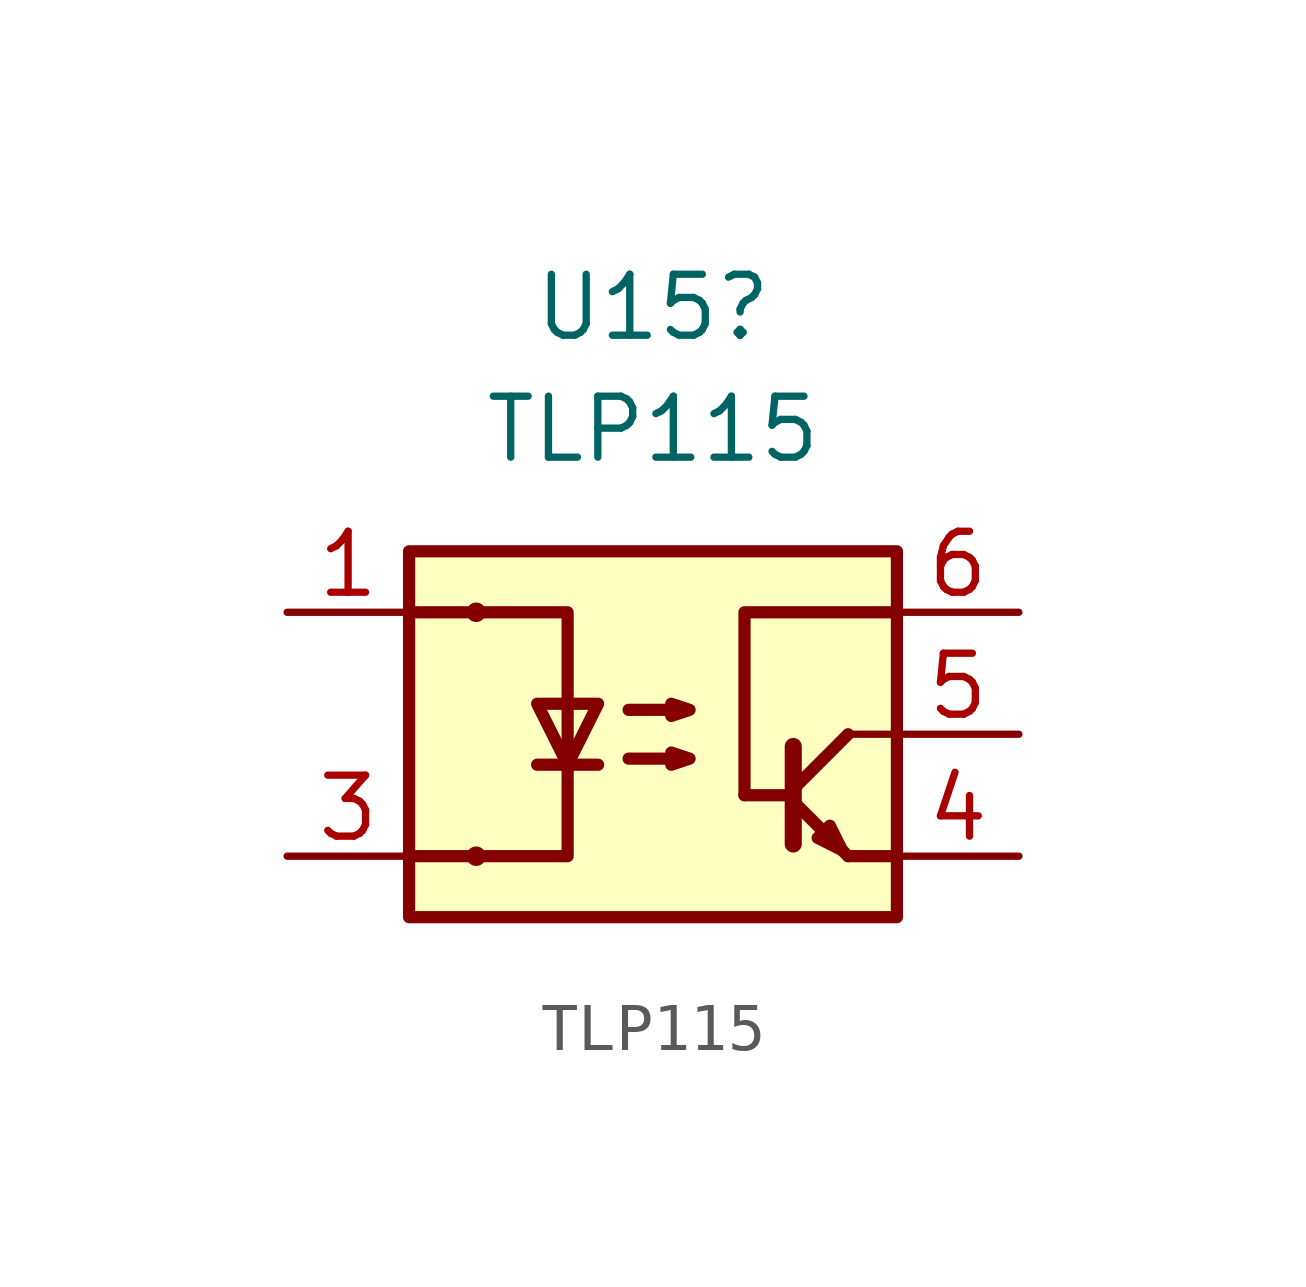
<source format=kicad_sym>
(kicad_symbol_lib
  (version 20220914)
  (generator kicad_symbol_editor)
  (symbol "TLP115"
    (pin_names
      (offset 1.016))
    (property "Reference" "U15"
      (at 0 8.89 0)
      (effects (font (size 1.27 1.27))))
    (property "Value" "TLP115"
      (at 0 6.35 0)
      (effects (font (size 1.27 1.27))))
    (symbol "TLP115_0_1"
      (rectangle (start -5.08 3.81) (end 5.08 -3.81) (stroke (width 0.254) (type default)) (fill (type background)))
      (circle (center -3.683 -2.54) (radius 0.127) (stroke (width 0) (type default)) (fill (type none)))
      (circle (center -3.683 2.54) (radius 0.127) (stroke (width 0) (type default)) (fill (type none)))
      (polyline (pts (xy -2.413 -0.635) (xy -1.143 -0.635)) (stroke (width 0.254) (type default)) (fill (type none)))
      (polyline (pts (xy 2.921 -1.397) (xy 4.064 -2.54)) (stroke (width 0.254) (type default)) (fill (type none)))
      (polyline (pts (xy 2.921 -1.27) (xy 1.905 -1.27)) (stroke (width 0.254) (type default)) (fill (type none)))
      (polyline (pts (xy 2.921 -1.143) (xy 4.064 0)) (stroke (width 0.254) (type default)) (fill (type none)))
      (polyline (pts (xy 4.064 -2.54) (xy 5.08 -2.54)) (stroke (width 0.254) (type default)) (fill (type none)))
      (polyline (pts (xy 5.08 0) (xy 4.064 0)) (stroke (width 0) (type default)) (fill (type none)))
      (polyline (pts (xy 1.905 -1.27) (xy 1.905 2.54) (xy 5.08 2.54)) (stroke (width 0.254) (type default)) (fill (type none)))
      (polyline (pts (xy 2.921 -0.254) (xy 2.921 -2.286) (xy 2.921 -2.286)) (stroke (width 0.356) (type default)) (fill (type none)))
      (polyline (pts (xy -5.08 -2.54) (xy -1.778 -2.54) (xy -1.778 2.54) (xy -5.08 2.54)) (stroke (width 0.254) (type default)) (fill (type none)))
      (polyline (pts (xy -1.778 -0.635) (xy -2.413 0.635) (xy -1.143 0.635) (xy -1.778 -0.635)) (stroke (width 0.254) (type default)) (fill (type none)))
      (polyline (pts (xy 3.937 -2.413) (xy 3.683 -1.905) (xy 3.429 -2.159) (xy 3.937 -2.413)) (stroke (width 0.254) (type default)) (fill (type none)))
      (polyline (pts (xy -0.508 -0.508) (xy 0.762 -0.508) (xy 0.381 -0.635) (xy 0.381 -0.381) (xy 0.762 -0.508)) (stroke (width 0.254) (type default)) (fill (type none)))
      (polyline (pts (xy -0.508 0.508) (xy 0.762 0.508) (xy 0.381 0.381) (xy 0.381 0.635) (xy 0.762 0.508)) (stroke (width 0.254) (type default)) (fill (type none))))
    (symbol "TLP115_1_1"
      (pin passive line (at -7.62 2.54 0) (length 2.54) (name "~" (effects (font (size 1.27 1.27)))) (number "1" (effects (font (size 1.27 1.27)))))
      (pin passive line (at -7.62 -2.54 0) (length 2.54) (name "~" (effects (font (size 1.27 1.27)))) (number "3" (effects (font (size 1.27 1.27)))))
      (pin passive line (at 7.62 -2.54 180) (length 2.54) (name "~" (effects (font (size 1.27 1.27)))) (number "4" (effects (font (size 1.27 1.27)))))
      (pin open_collector line (at 7.62 0 180) (length 2.54) (name "~" (effects (font (size 1.27 1.27)))) (number "5" (effects (font (size 1.27 1.27)))))
      (pin passive line (at 7.62 2.54 180) (length 2.54) (name "~" (effects (font (size 1.27 1.27)))) (number "6" (effects (font (size 1.27 1.27))))))))
</source>
